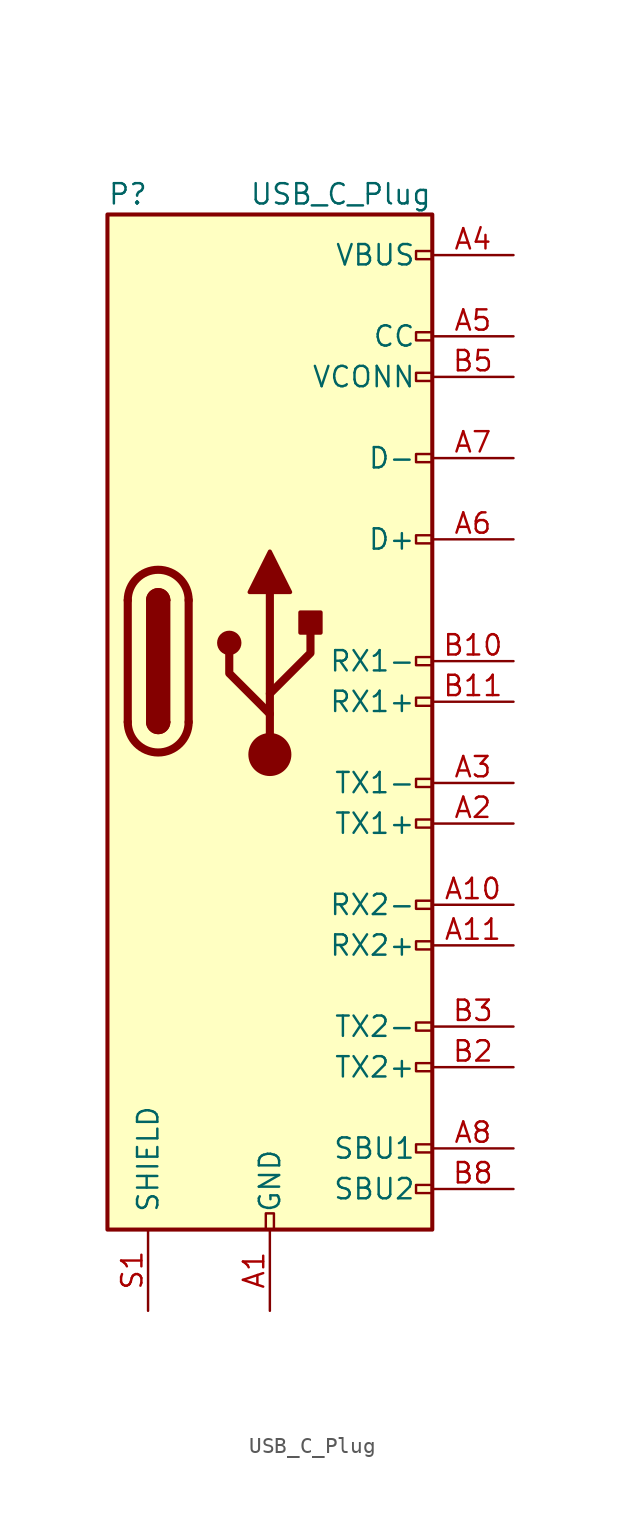
<source format=kicad_sym>
(kicad_symbol_lib
  (version 20241209)
  (generator "kicad_symbol_editor")
  (generator_version "9.0")
  (symbol "USB_C_Plug"
    (pin_names
      (offset 1.016))
    (property "Reference" "P"
      (at -10.16 29.21 0)
      (effects (font (size 1.27 1.27)) (justify left)))
    (property "Value" "USB_C_Plug"
      (at 10.16 29.21 0)
      (effects (font (size 1.27 1.27)) (justify right)))
    (symbol "USB_C_Plug_0_0"
      (rectangle (start -0.254 -35.56) (end 0.254 -34.544) (stroke (width 0) (type default)) (fill (type none)))
      (rectangle (start 10.16 25.654) (end 9.144 25.146) (stroke (width 0) (type default)) (fill (type none)))
      (rectangle (start 10.16 20.574) (end 9.144 20.066) (stroke (width 0) (type default)) (fill (type none)))
      (rectangle (start 10.16 18.034) (end 9.144 17.526) (stroke (width 0) (type default)) (fill (type none)))
      (rectangle (start 10.16 12.954) (end 9.144 12.446) (stroke (width 0) (type default)) (fill (type none)))
      (rectangle (start 10.16 7.874) (end 9.144 7.366) (stroke (width 0) (type default)) (fill (type none)))
      (rectangle (start 10.16 0.254) (end 9.144 -0.254) (stroke (width 0) (type default)) (fill (type none)))
      (rectangle (start 10.16 -2.286) (end 9.144 -2.794) (stroke (width 0) (type default)) (fill (type none)))
      (rectangle (start 10.16 -7.366) (end 9.144 -7.874) (stroke (width 0) (type default)) (fill (type none)))
      (rectangle (start 10.16 -9.906) (end 9.144 -10.414) (stroke (width 0) (type default)) (fill (type none)))
      (rectangle (start 10.16 -14.986) (end 9.144 -15.494) (stroke (width 0) (type default)) (fill (type none)))
      (rectangle (start 10.16 -17.526) (end 9.144 -18.034) (stroke (width 0) (type default)) (fill (type none)))
      (rectangle (start 10.16 -22.606) (end 9.144 -23.114) (stroke (width 0) (type default)) (fill (type none)))
      (rectangle (start 10.16 -25.146) (end 9.144 -25.654) (stroke (width 0) (type default)) (fill (type none)))
      (rectangle (start 10.16 -30.226) (end 9.144 -30.734) (stroke (width 0) (type default)) (fill (type none)))
      (rectangle (start 10.16 -32.766) (end 9.144 -33.274) (stroke (width 0) (type default)) (fill (type none))))
    (symbol "USB_C_Plug_0_1"
      (rectangle (start -10.16 27.94) (end 10.16 -35.56) (stroke (width 0.254) (type default)) (fill (type background)))
      (polyline (pts (xy -8.89 -3.81) (xy -8.89 3.81)) (stroke (width 0.508) (type default)) (fill (type none)))
      (rectangle (start -7.62 -3.81) (end -6.35 3.81) (stroke (width 0.254) (type default)) (fill (type outline)))
      (arc (start -7.62 3.81) (mid -6.985 4.4423) (end -6.35 3.81) (stroke (width 0.254) (type default)) (fill (type none)))
      (arc (start -7.62 3.81) (mid -6.985 4.4423) (end -6.35 3.81) (stroke (width 0.254) (type default)) (fill (type outline)))
      (arc (start -8.89 3.81) (mid -6.985 5.7067) (end -5.08 3.81) (stroke (width 0.508) (type default)) (fill (type none)))
      (arc (start -5.08 -3.81) (mid -6.985 -5.7067) (end -8.89 -3.81) (stroke (width 0.508) (type default)) (fill (type none)))
      (arc (start -6.35 -3.81) (mid -6.985 -4.4423) (end -7.62 -3.81) (stroke (width 0.254) (type default)) (fill (type none)))
      (arc (start -6.35 -3.81) (mid -6.985 -4.4423) (end -7.62 -3.81) (stroke (width 0.254) (type default)) (fill (type outline)))
      (polyline (pts (xy -5.08 3.81) (xy -5.08 -3.81)) (stroke (width 0.508) (type default)) (fill (type none))))
    (symbol "USB_C_Plug_1_1"
      (circle (center -2.54 1.143) (radius 0.635) (stroke (width 0.254) (type default)) (fill (type outline)))
      (polyline (pts (xy -1.27 4.318) (xy 0 6.858) (xy 1.27 4.318) (xy -1.27 4.318)) (stroke (width 0.254) (type default)) (fill (type outline)))
      (polyline (pts (xy 0 -2.032) (xy 2.54 0.508) (xy 2.54 1.778)) (stroke (width 0.508) (type default)) (fill (type none)))
      (polyline (pts (xy 0 -3.302) (xy -2.54 -0.762) (xy -2.54 0.508)) (stroke (width 0.508) (type default)) (fill (type none)))
      (polyline (pts (xy 0 -5.842) (xy 0 4.318)) (stroke (width 0.508) (type default)) (fill (type none)))
      (circle (center 0 -5.842) (radius 1.27) (stroke (width 0) (type default)) (fill (type outline)))
      (rectangle (start 1.905 1.778) (end 3.175 3.048) (stroke (width 0.254) (type default)) (fill (type outline)))
      (pin passive line (at -7.62 -40.64 90) (length 5.08) (name "SHIELD" (effects (font (size 1.27 1.27)))) (number "S1" (effects (font (size 1.27 1.27)))))
      (pin passive line (at 0 -40.64 90) (length 5.08) (name "GND" (effects (font (size 1.27 1.27)))) (number "A1" (effects (font (size 1.27 1.27)))))
      (pin passive line (at 0 -40.64 90) (length 5.08) (hide yes) (name "GND" (effects (font (size 1.27 1.27)))) (number "A12" (effects (font (size 1.27 1.27)))))
      (pin passive line (at 0 -40.64 90) (length 5.08) (hide yes) (name "GND" (effects (font (size 1.27 1.27)))) (number "B1" (effects (font (size 1.27 1.27)))))
      (pin passive line (at 0 -40.64 90) (length 5.08) (hide yes) (name "GND" (effects (font (size 1.27 1.27)))) (number "B12" (effects (font (size 1.27 1.27)))))
      (pin passive line (at 15.24 25.4 180) (length 5.08) (name "VBUS" (effects (font (size 1.27 1.27)))) (number "A4" (effects (font (size 1.27 1.27)))))
      (pin passive line (at 15.24 25.4 180) (length 5.08) (hide yes) (name "VBUS" (effects (font (size 1.27 1.27)))) (number "A9" (effects (font (size 1.27 1.27)))))
      (pin passive line (at 15.24 25.4 180) (length 5.08) (hide yes) (name "VBUS" (effects (font (size 1.27 1.27)))) (number "B4" (effects (font (size 1.27 1.27)))))
      (pin passive line (at 15.24 25.4 180) (length 5.08) (hide yes) (name "VBUS" (effects (font (size 1.27 1.27)))) (number "B9" (effects (font (size 1.27 1.27)))))
      (pin bidirectional line (at 15.24 20.32 180) (length 5.08) (name "CC" (effects (font (size 1.27 1.27)))) (number "A5" (effects (font (size 1.27 1.27)))))
      (pin bidirectional line (at 15.24 17.78 180) (length 5.08) (name "VCONN" (effects (font (size 1.27 1.27)))) (number "B5" (effects (font (size 1.27 1.27)))))
      (pin bidirectional line (at 15.24 12.7 180) (length 5.08) (name "D-" (effects (font (size 1.27 1.27)))) (number "A7" (effects (font (size 1.27 1.27)))))
      (pin bidirectional line (at 15.24 7.62 180) (length 5.08) (name "D+" (effects (font (size 1.27 1.27)))) (number "A6" (effects (font (size 1.27 1.27)))))
      (pin bidirectional line (at 15.24 0 180) (length 5.08) (name "RX1-" (effects (font (size 1.27 1.27)))) (number "B10" (effects (font (size 1.27 1.27)))))
      (pin bidirectional line (at 15.24 -2.54 180) (length 5.08) (name "RX1+" (effects (font (size 1.27 1.27)))) (number "B11" (effects (font (size 1.27 1.27)))))
      (pin bidirectional line (at 15.24 -7.62 180) (length 5.08) (name "TX1-" (effects (font (size 1.27 1.27)))) (number "A3" (effects (font (size 1.27 1.27)))))
      (pin bidirectional line (at 15.24 -10.16 180) (length 5.08) (name "TX1+" (effects (font (size 1.27 1.27)))) (number "A2" (effects (font (size 1.27 1.27)))))
      (pin bidirectional line (at 15.24 -15.24 180) (length 5.08) (name "RX2-" (effects (font (size 1.27 1.27)))) (number "A10" (effects (font (size 1.27 1.27)))))
      (pin bidirectional line (at 15.24 -17.78 180) (length 5.08) (name "RX2+" (effects (font (size 1.27 1.27)))) (number "A11" (effects (font (size 1.27 1.27)))))
      (pin bidirectional line (at 15.24 -22.86 180) (length 5.08) (name "TX2-" (effects (font (size 1.27 1.27)))) (number "B3" (effects (font (size 1.27 1.27)))))
      (pin bidirectional line (at 15.24 -25.4 180) (length 5.08) (name "TX2+" (effects (font (size 1.27 1.27)))) (number "B2" (effects (font (size 1.27 1.27)))))
      (pin bidirectional line (at 15.24 -30.48 180) (length 5.08) (name "SBU1" (effects (font (size 1.27 1.27)))) (number "A8" (effects (font (size 1.27 1.27)))))
      (pin bidirectional line (at 15.24 -33.02 180) (length 5.08) (name "SBU2" (effects (font (size 1.27 1.27)))) (number "B8" (effects (font (size 1.27 1.27))))))))
</source>
